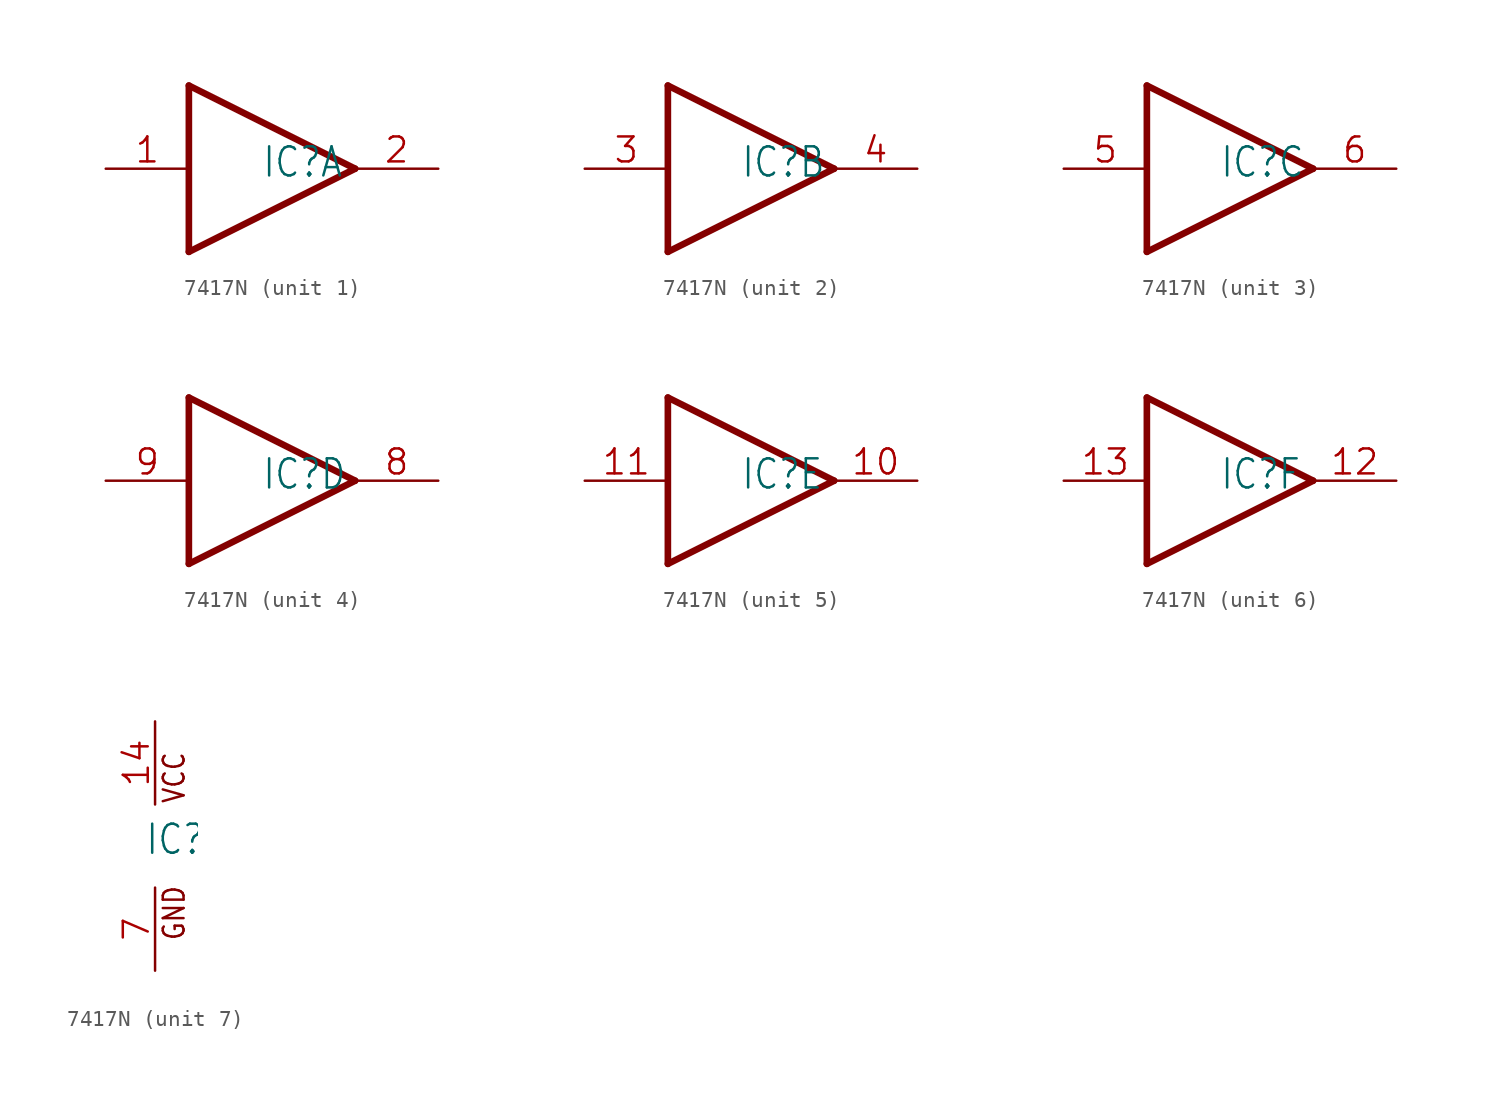
<source format=kicad_sym>
(kicad_symbol_lib
  (version 20241209)
  (generator "kicad_symbol_editor")
  (generator_version "9.0")
  (symbol "7417N"
    (property "Reference" "IC"
      (at -0.635 -0.635 0)
      (effects (font (size 1.778 1.511)) (justify left bottom)))
    (property "ki_locked" ""
      (at 0 0 0)
      (effects (font (size 1.27 1.27))))
    (symbol "7417N_1_0"
      (polyline (pts (xy -5.08 5.08) (xy 5.08 0)) (stroke (width 0.406) (type solid)) (fill (type none)))
      (polyline (pts (xy -5.08 -5.08) (xy -5.08 5.08)) (stroke (width 0.406) (type solid)) (fill (type none)))
      (polyline (pts (xy 5.08 0) (xy -5.08 -5.08)) (stroke (width 0.406) (type solid)) (fill (type none)))
      (pin input line (at -10.16 0 0) (length 5.08) (name "I" (effects (font (size 0 0)))) (number "1" (effects (font (size 1.524 1.524)))))
      (pin open_collector line (at 10.16 0 180) (length 5.08) (name "O" (effects (font (size 0 0)))) (number "2" (effects (font (size 1.524 1.524))))))
    (symbol "7417N_2_0"
      (polyline (pts (xy -5.08 5.08) (xy 5.08 0)) (stroke (width 0.406) (type solid)) (fill (type none)))
      (polyline (pts (xy -5.08 -5.08) (xy -5.08 5.08)) (stroke (width 0.406) (type solid)) (fill (type none)))
      (polyline (pts (xy 5.08 0) (xy -5.08 -5.08)) (stroke (width 0.406) (type solid)) (fill (type none)))
      (pin input line (at -10.16 0 0) (length 5.08) (name "I" (effects (font (size 0 0)))) (number "3" (effects (font (size 1.524 1.524)))))
      (pin open_collector line (at 10.16 0 180) (length 5.08) (name "O" (effects (font (size 0 0)))) (number "4" (effects (font (size 1.524 1.524))))))
    (symbol "7417N_3_0"
      (polyline (pts (xy -5.08 5.08) (xy 5.08 0)) (stroke (width 0.406) (type solid)) (fill (type none)))
      (polyline (pts (xy -5.08 -5.08) (xy -5.08 5.08)) (stroke (width 0.406) (type solid)) (fill (type none)))
      (polyline (pts (xy 5.08 0) (xy -5.08 -5.08)) (stroke (width 0.406) (type solid)) (fill (type none)))
      (pin input line (at -10.16 0 0) (length 5.08) (name "I" (effects (font (size 0 0)))) (number "5" (effects (font (size 1.524 1.524)))))
      (pin open_collector line (at 10.16 0 180) (length 5.08) (name "O" (effects (font (size 0 0)))) (number "6" (effects (font (size 1.524 1.524))))))
    (symbol "7417N_4_0"
      (polyline (pts (xy -5.08 5.08) (xy 5.08 0)) (stroke (width 0.406) (type solid)) (fill (type none)))
      (polyline (pts (xy -5.08 -5.08) (xy -5.08 5.08)) (stroke (width 0.406) (type solid)) (fill (type none)))
      (polyline (pts (xy 5.08 0) (xy -5.08 -5.08)) (stroke (width 0.406) (type solid)) (fill (type none)))
      (pin input line (at -10.16 0 0) (length 5.08) (name "I" (effects (font (size 0 0)))) (number "9" (effects (font (size 1.524 1.524)))))
      (pin open_collector line (at 10.16 0 180) (length 5.08) (name "O" (effects (font (size 0 0)))) (number "8" (effects (font (size 1.524 1.524))))))
    (symbol "7417N_5_0"
      (polyline (pts (xy -5.08 5.08) (xy 5.08 0)) (stroke (width 0.406) (type solid)) (fill (type none)))
      (polyline (pts (xy -5.08 -5.08) (xy -5.08 5.08)) (stroke (width 0.406) (type solid)) (fill (type none)))
      (polyline (pts (xy 5.08 0) (xy -5.08 -5.08)) (stroke (width 0.406) (type solid)) (fill (type none)))
      (pin input line (at -10.16 0 0) (length 5.08) (name "I" (effects (font (size 0 0)))) (number "11" (effects (font (size 1.524 1.524)))))
      (pin open_collector line (at 10.16 0 180) (length 5.08) (name "O" (effects (font (size 0 0)))) (number "10" (effects (font (size 1.524 1.524))))))
    (symbol "7417N_6_0"
      (polyline (pts (xy -5.08 5.08) (xy 5.08 0)) (stroke (width 0.406) (type solid)) (fill (type none)))
      (polyline (pts (xy -5.08 -5.08) (xy -5.08 5.08)) (stroke (width 0.406) (type solid)) (fill (type none)))
      (polyline (pts (xy 5.08 0) (xy -5.08 -5.08)) (stroke (width 0.406) (type solid)) (fill (type none)))
      (pin input line (at -10.16 0 0) (length 5.08) (name "I" (effects (font (size 0 0)))) (number "13" (effects (font (size 1.524 1.524)))))
      (pin open_collector line (at 10.16 0 180) (length 5.08) (name "O" (effects (font (size 0 0)))) (number "12" (effects (font (size 1.524 1.524))))))
    (symbol "7417N_7_0"
      (text "VCC" (at 1.905 2.54 900) (effects (font (size 1.27 1.079)) (justify left bottom)))
      (text "GND" (at 1.905 -5.842 900) (effects (font (size 1.27 1.079)) (justify left bottom)))
      (pin power_in line (at 0 7.62 270) (length 5.08) (name "VCC" (effects (font (size 0 0)))) (number "14" (effects (font (size 1.524 1.524)))))
      (pin power_in line (at 0 -7.62 90) (length 5.08) (name "GND" (effects (font (size 0 0)))) (number "7" (effects (font (size 1.524 1.524))))))))
</source>
